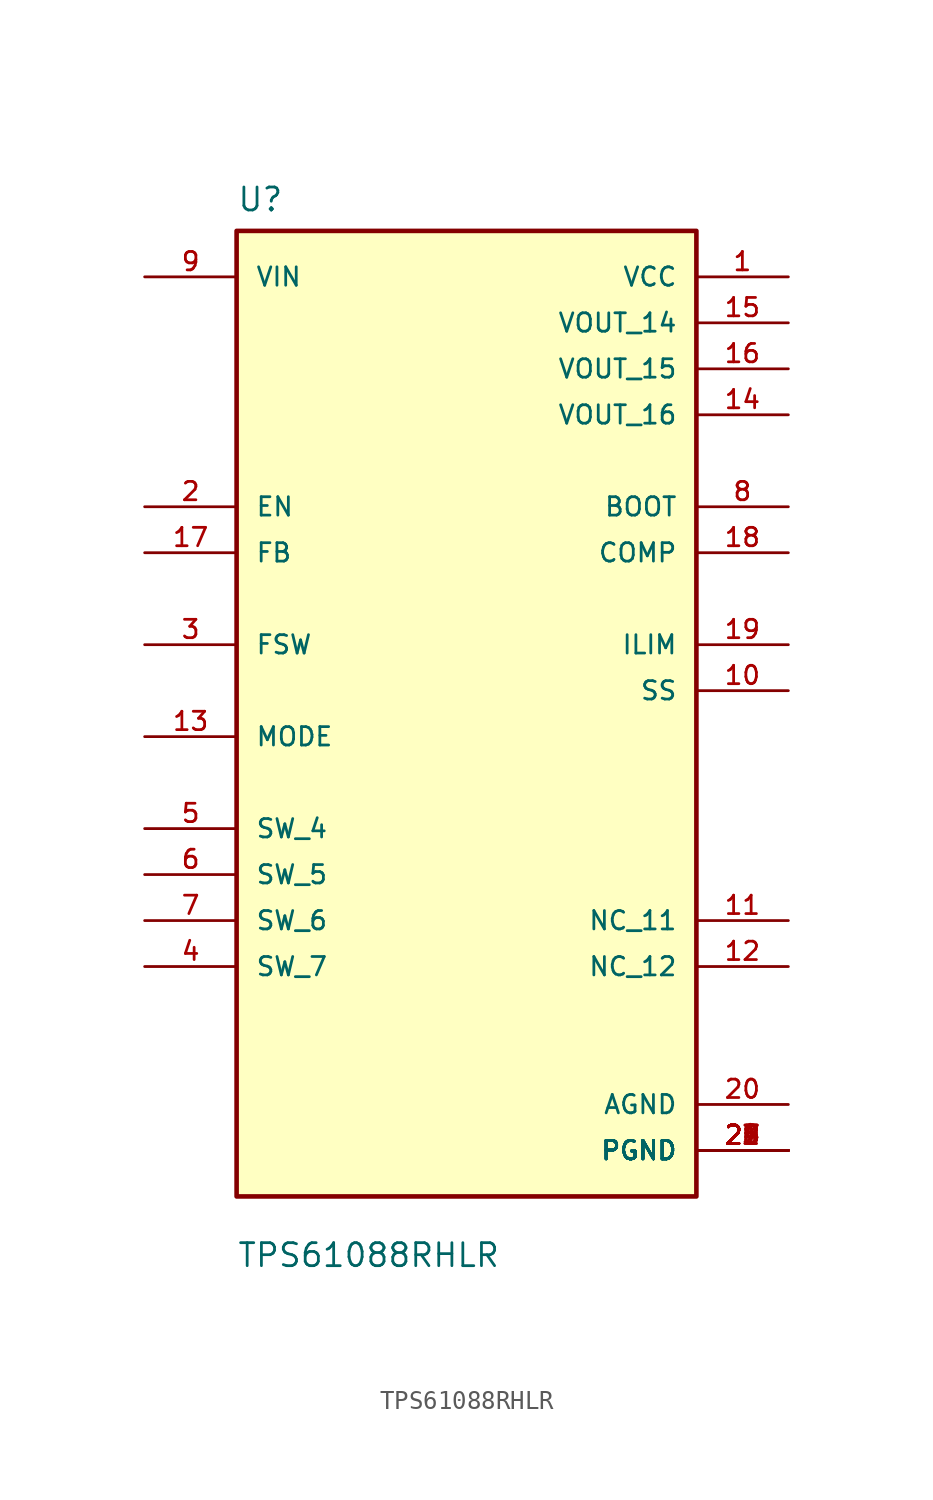
<source format=kicad_sym>
(kicad_symbol_lib
  (version 20211014)
  (generator kicad_symbol_editor)
  (symbol "TPS61088RHLR"
    (pin_names
      (offset 1.016))
    (property "Reference" "U"
      (at -12.7 26.391 0)
      (effects (font (size 1.27 1.27)) (justify left bottom)))
    (property "Value" "TPS61088RHLR"
      (at -12.7 -31.928 0)
      (effects (font (size 1.27 1.27)) (justify left bottom)))
    (property "ki_locked" ""
      (at 0 0 0)
      (effects (font (size 1.27 1.27))))
    (symbol "TPS61088RHLR_0_0"
      (rectangle (start -12.7 -27.94) (end 12.7 25.4) (stroke (width 0.254) (type default) (color 0 0 0 0)) (fill (type background)))
      (pin input line (at 17.78 22.86 180) (length 5.08) (name "VCC" (effects (font (size 1.016 1.016)))) (number "1" (effects (font (size 1.016 1.016)))))
      (pin output line (at 17.78 0 180) (length 5.08) (name "SS" (effects (font (size 1.016 1.016)))) (number "10" (effects (font (size 1.016 1.016)))))
      (pin input line (at 17.78 -12.7 180) (length 5.08) (name "NC_11" (effects (font (size 1.016 1.016)))) (number "11" (effects (font (size 1.016 1.016)))))
      (pin input line (at 17.78 -15.24 180) (length 5.08) (name "NC_12" (effects (font (size 1.016 1.016)))) (number "12" (effects (font (size 1.016 1.016)))))
      (pin input line (at -17.78 -2.54 0) (length 5.08) (name "MODE" (effects (font (size 1.016 1.016)))) (number "13" (effects (font (size 1.016 1.016)))))
      (pin input line (at 17.78 15.24 180) (length 5.08) (name "VOUT_16" (effects (font (size 1.016 1.016)))) (number "14" (effects (font (size 1.016 1.016)))))
      (pin input line (at 17.78 20.32 180) (length 5.08) (name "VOUT_14" (effects (font (size 1.016 1.016)))) (number "15" (effects (font (size 1.016 1.016)))))
      (pin input line (at 17.78 17.78 180) (length 5.08) (name "VOUT_15" (effects (font (size 1.016 1.016)))) (number "16" (effects (font (size 1.016 1.016)))))
      (pin input line (at -17.78 7.62 0) (length 5.08) (name "FB" (effects (font (size 1.016 1.016)))) (number "17" (effects (font (size 1.016 1.016)))))
      (pin output line (at 17.78 7.62 180) (length 5.08) (name "COMP" (effects (font (size 1.016 1.016)))) (number "18" (effects (font (size 1.016 1.016)))))
      (pin output line (at 17.78 2.54 180) (length 5.08) (name "ILIM" (effects (font (size 1.016 1.016)))) (number "19" (effects (font (size 1.016 1.016)))))
      (pin input line (at -17.78 10.16 0) (length 5.08) (name "EN" (effects (font (size 1.016 1.016)))) (number "2" (effects (font (size 1.016 1.016)))))
      (pin power_in line (at 17.78 -22.86 180) (length 5.08) (name "AGND" (effects (font (size 1.016 1.016)))) (number "20" (effects (font (size 1.016 1.016)))))
      (pin power_in line (at 17.78 -25.4 180) (length 5.08) (name "PGND" (effects (font (size 1.016 1.016)))) (number "21" (effects (font (size 1.016 1.016)))))
      (pin power_in line (at 17.78 -25.4 180) (length 5.08) (name "PGND" (effects (font (size 1.016 1.016)))) (number "22" (effects (font (size 1.016 1.016)))))
      (pin power_in line (at 17.78 -25.4 180) (length 5.08) (name "PGND" (effects (font (size 1.016 1.016)))) (number "23" (effects (font (size 1.016 1.016)))))
      (pin power_in line (at 17.78 -25.4 180) (length 5.08) (name "PGND" (effects (font (size 1.016 1.016)))) (number "24" (effects (font (size 1.016 1.016)))))
      (pin power_in line (at 17.78 -25.4 180) (length 5.08) (name "PGND" (effects (font (size 1.016 1.016)))) (number "25" (effects (font (size 1.016 1.016)))))
      (pin power_in line (at 17.78 -25.4 180) (length 5.08) (name "PGND" (effects (font (size 1.016 1.016)))) (number "26" (effects (font (size 1.016 1.016)))))
      (pin power_in line (at 17.78 -25.4 180) (length 5.08) (name "PGND" (effects (font (size 1.016 1.016)))) (number "27" (effects (font (size 1.016 1.016)))))
      (pin power_in line (at 17.78 -25.4 180) (length 5.08) (name "PGND" (effects (font (size 1.016 1.016)))) (number "28" (effects (font (size 1.016 1.016)))))
      (pin power_in line (at 17.78 -25.4 180) (length 5.08) (name "PGND" (effects (font (size 1.016 1.016)))) (number "29" (effects (font (size 1.016 1.016)))))
      (pin input line (at -17.78 2.54 0) (length 5.08) (name "FSW" (effects (font (size 1.016 1.016)))) (number "3" (effects (font (size 1.016 1.016)))))
      (pin input line (at -17.78 -15.24 0) (length 5.08) (name "SW_7" (effects (font (size 1.016 1.016)))) (number "4" (effects (font (size 1.016 1.016)))))
      (pin input line (at -17.78 -7.62 0) (length 5.08) (name "SW_4" (effects (font (size 1.016 1.016)))) (number "5" (effects (font (size 1.016 1.016)))))
      (pin input line (at -17.78 -10.16 0) (length 5.08) (name "SW_5" (effects (font (size 1.016 1.016)))) (number "6" (effects (font (size 1.016 1.016)))))
      (pin input line (at -17.78 -12.7 0) (length 5.08) (name "SW_6" (effects (font (size 1.016 1.016)))) (number "7" (effects (font (size 1.016 1.016)))))
      (pin output line (at 17.78 10.16 180) (length 5.08) (name "BOOT" (effects (font (size 1.016 1.016)))) (number "8" (effects (font (size 1.016 1.016)))))
      (pin input line (at -17.78 22.86 0) (length 5.08) (name "VIN" (effects (font (size 1.016 1.016)))) (number "9" (effects (font (size 1.016 1.016))))))))
</source>
